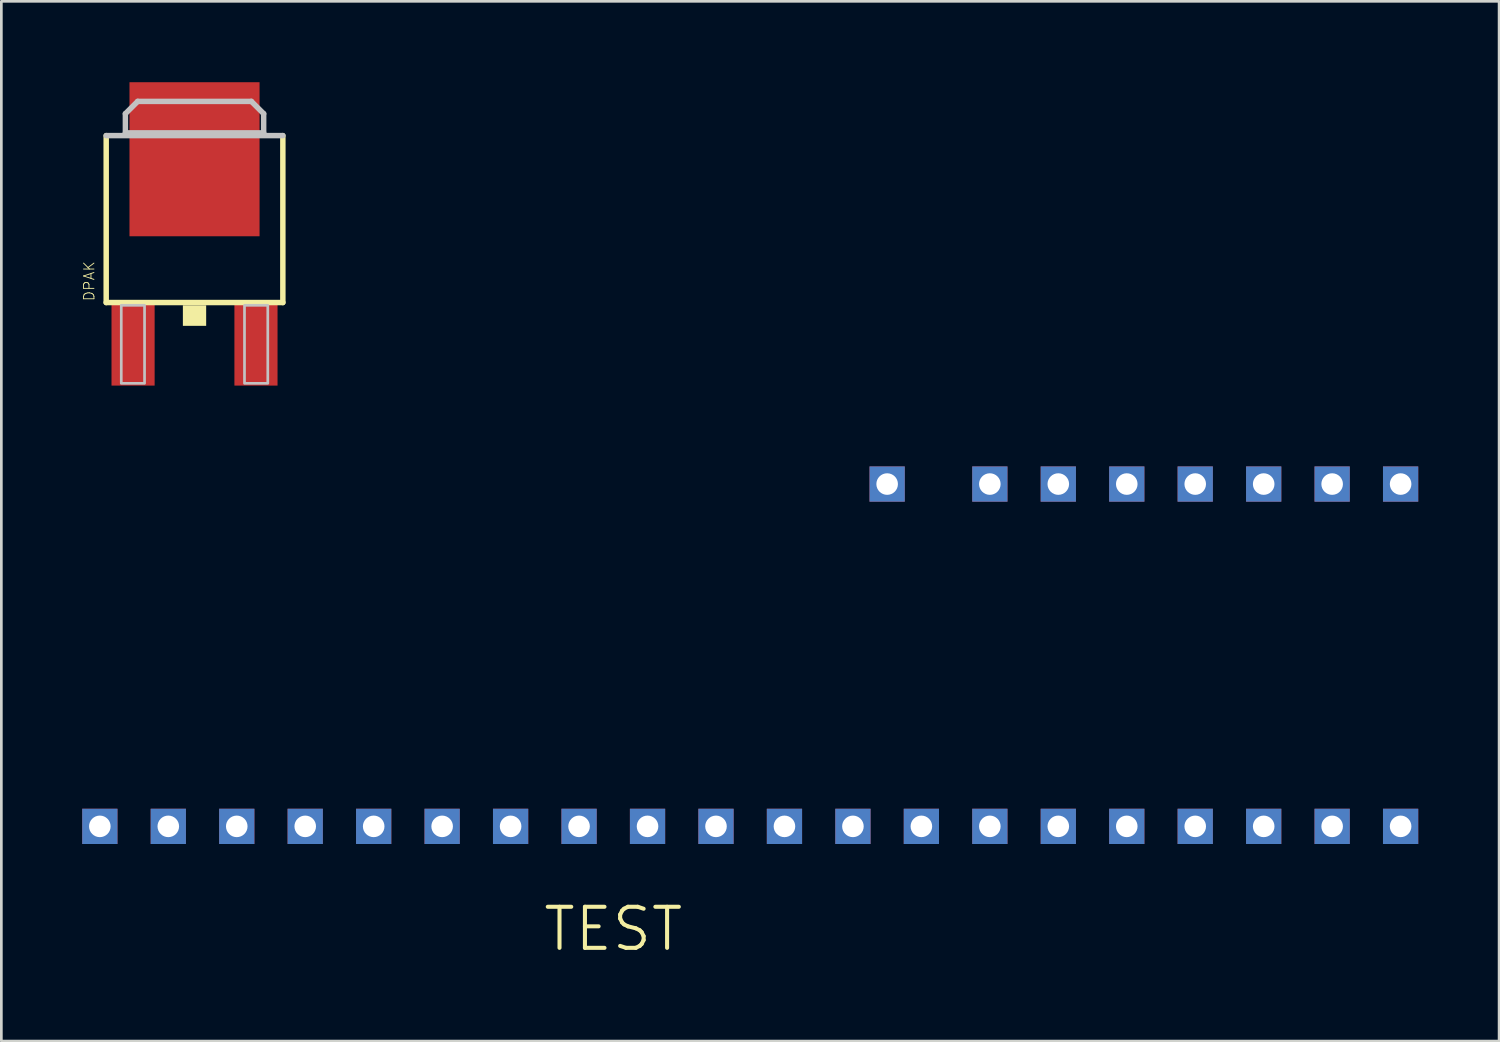
<source format=kicad_pcb>
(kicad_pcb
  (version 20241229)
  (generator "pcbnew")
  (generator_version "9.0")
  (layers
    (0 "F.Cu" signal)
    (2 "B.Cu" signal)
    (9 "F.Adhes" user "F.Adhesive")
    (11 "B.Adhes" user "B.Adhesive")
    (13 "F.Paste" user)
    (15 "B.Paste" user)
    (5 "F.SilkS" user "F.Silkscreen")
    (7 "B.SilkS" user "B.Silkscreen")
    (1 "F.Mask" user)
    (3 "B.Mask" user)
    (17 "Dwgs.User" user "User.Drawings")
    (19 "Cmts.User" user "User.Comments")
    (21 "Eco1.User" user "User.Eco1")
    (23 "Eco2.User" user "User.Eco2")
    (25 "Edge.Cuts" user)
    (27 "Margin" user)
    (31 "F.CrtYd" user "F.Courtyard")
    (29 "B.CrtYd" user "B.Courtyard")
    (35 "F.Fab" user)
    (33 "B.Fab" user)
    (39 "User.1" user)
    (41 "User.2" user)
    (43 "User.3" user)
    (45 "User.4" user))
  (footprint "DPAK"
    (layer "F.Cu")
    (at 4.167 4.446)
    (property "Reference" "DPAK" (at -3.683 3.702 90) (layer "F.SilkS") (effects (font (size 0.386 0.386) (thickness 0.033)) (justify left bottom)))
    (attr through_hole)
    (fp_line (start -3.277 3.729) (end -3.277 -2.465) (stroke (width 0.203) (type solid)) (layer "F.SilkS"))
    (fp_line (start 3.277 -2.465) (end 3.277 3.729) (stroke (width 0.203) (type solid)) (layer "F.SilkS"))
    (fp_line (start 3.277 3.729) (end -3.277 3.729) (stroke (width 0.203) (type solid)) (layer "F.SilkS"))
    (fp_poly (pts (xy -0.432 4.593) (xy 0.432 4.593) (xy 0.432 3.831) (xy -0.432 3.831)) (stroke (width 0) (type solid)) (fill yes) (layer "F.SilkS"))
    (fp_line (start -3.277 -2.465) (end 3.277 -2.465) (stroke (width 0.203) (type solid)) (layer "Dwgs.User"))
    (fp_line (start -2.565 -3.278) (end -2.108 -3.735) (stroke (width 0.203) (type solid)) (layer "Dwgs.User"))
    (fp_line (start -2.565 -2.567) (end -2.565 -3.278) (stroke (width 0.203) (type solid)) (layer "Dwgs.User"))
    (fp_line (start -2.108 -3.735) (end 2.108 -3.735) (stroke (width 0.203) (type solid)) (layer "Dwgs.User"))
    (fp_line (start 2.108 -3.735) (end 2.565 -3.278) (stroke (width 0.203) (type solid)) (layer "Dwgs.User"))
    (fp_line (start 2.565 -3.278) (end 2.565 -2.567) (stroke (width 0.203) (type solid)) (layer "Dwgs.User"))
    (fp_line (start 2.565 -2.567) (end -2.565 -2.567) (stroke (width 0.203) (type solid)) (layer "Dwgs.User"))
    (fp_poly (pts (xy -2.718 6.726) (xy -1.854 6.726) (xy -1.854 3.831) (xy -2.718 3.831)) (stroke (width 0.1) (type solid)) (fill no) (layer "Dwgs.User"))
    (fp_poly (pts (xy 1.854 6.726) (xy 2.718 6.726) (xy 2.718 3.831) (xy 1.854 3.831)) (stroke (width 0.1) (type solid)) (fill no) (layer "Dwgs.User"))
    (fp_poly (pts (xy -2.565 -2.567) (xy -2.565 -3.278) (xy -2.108 -3.735) (xy 2.108 -3.735) (xy 2.565 -3.278) (xy 2.565 -2.567)) (stroke (width 0.1) (type solid)) (fill no) (layer "Dwgs.User"))
    (pad "1" smd rect (at -2.28 5.31) (size 1.6 3) (layers "F.Cu" "F.Mask" "F.Paste"))
    (pad "3" smd rect (at 2.28 5.31) (size 1.6 3) (layers "F.Cu" "F.Mask" "F.Paste"))
    (pad "4" smd rect (at 0 -1.588) (size 4.826 5.715) (layers "F.Cu" "F.Mask" "F.Paste")))
  (footprint "TEST"
    (layer "F.Cu")
    (at 19.704 31.419)
    (property "Reference" "TEST" (at 0 0 0) (layer "F.SilkS") (effects (font (size 1.524 1.524) (thickness 0.15))))
    (attr through_hole)
    (pad "P$1" thru_hole rect (at -19.05 -3.81) (size 1.308 1.308) (drill 0.8) (layers "*.Cu" "*.Mask"))
    (pad "P$2" thru_hole rect (at -16.51 -3.81) (size 1.308 1.308) (drill 0.8) (layers "*.Cu" "*.Mask"))
    (pad "P$3" thru_hole rect (at -13.97 -3.81) (size 1.308 1.308) (drill 0.8) (layers "*.Cu" "*.Mask"))
    (pad "P$4" thru_hole rect (at -11.43 -3.81) (size 1.308 1.308) (drill 0.8) (layers "*.Cu" "*.Mask"))
    (pad "P$5" thru_hole rect (at -8.89 -3.81) (size 1.308 1.308) (drill 0.8) (layers "*.Cu" "*.Mask"))
    (pad "P$6" thru_hole rect (at -6.35 -3.81) (size 1.308 1.308) (drill 0.8) (layers "*.Cu" "*.Mask"))
    (pad "P$7" thru_hole rect (at -3.81 -3.81) (size 1.308 1.308) (drill 0.8) (layers "*.Cu" "*.Mask"))
    (pad "P$8" thru_hole rect (at -1.27 -3.81) (size 1.308 1.308) (drill 0.8) (layers "*.Cu" "*.Mask"))
    (pad "P$9" thru_hole rect (at 1.27 -3.81) (size 1.308 1.308) (drill 0.8) (layers "*.Cu" "*.Mask"))
    (pad "P$10" thru_hole rect (at 3.81 -3.81) (size 1.308 1.308) (drill 0.8) (layers "*.Cu" "*.Mask"))
    (pad "P$11" thru_hole rect (at 6.35 -3.81) (size 1.308 1.308) (drill 0.8) (layers "*.Cu" "*.Mask"))
    (pad "P$12" thru_hole rect (at 8.89 -3.81) (size 1.308 1.308) (drill 0.8) (layers "*.Cu" "*.Mask"))
    (pad "P$13" thru_hole rect (at 11.43 -3.81) (size 1.308 1.308) (drill 0.8) (layers "*.Cu" "*.Mask"))
    (pad "P$14" thru_hole rect (at 13.97 -3.81) (size 1.308 1.308) (drill 0.8) (layers "*.Cu" "*.Mask"))
    (pad "P$15" thru_hole rect (at 16.51 -3.81) (size 1.308 1.308) (drill 0.8) (layers "*.Cu" "*.Mask"))
    (pad "P$16" thru_hole rect (at 19.05 -3.81) (size 1.308 1.308) (drill 0.8) (layers "*.Cu" "*.Mask"))
    (pad "P$17" thru_hole rect (at 21.59 -3.81) (size 1.308 1.308) (drill 0.8) (layers "*.Cu" "*.Mask"))
    (pad "P$18" thru_hole rect (at 24.13 -3.81) (size 1.308 1.308) (drill 0.8) (layers "*.Cu" "*.Mask"))
    (pad "P$19" thru_hole rect (at 26.67 -3.81) (size 1.308 1.308) (drill 0.8) (layers "*.Cu" "*.Mask"))
    (pad "P$20" thru_hole rect (at 29.21 -3.81) (size 1.308 1.308) (drill 0.8) (layers "*.Cu" "*.Mask"))
    (pad "P$21" thru_hole rect (at 29.21 -16.51) (size 1.308 1.308) (drill 0.8) (layers "*.Cu" "*.Mask"))
    (pad "P$22" thru_hole rect (at 26.67 -16.51) (size 1.308 1.308) (drill 0.8) (layers "*.Cu" "*.Mask"))
    (pad "P$23" thru_hole rect (at 24.13 -16.51) (size 1.308 1.308) (drill 0.8) (layers "*.Cu" "*.Mask"))
    (pad "P$24" thru_hole rect (at 21.59 -16.51) (size 1.308 1.308) (drill 0.8) (layers "*.Cu" "*.Mask"))
    (pad "P$25" thru_hole rect (at 19.05 -16.51) (size 1.308 1.308) (drill 0.8) (layers "*.Cu" "*.Mask"))
    (pad "P$26" thru_hole rect (at 16.51 -16.51) (size 1.308 1.308) (drill 0.8) (layers "*.Cu" "*.Mask"))
    (pad "P$27" thru_hole rect (at 13.97 -16.51) (size 1.308 1.308) (drill 0.8) (layers "*.Cu" "*.Mask"))
    (pad "P$28" thru_hole rect (at 10.16 -16.51) (size 1.308 1.308) (drill 0.8) (layers "*.Cu" "*.Mask")))
  (gr_rect
    (start -3 -3)
    (end 52.568 35.574)
    (stroke (width 0.1) (type default))
    (fill no)
    (layer "Edge.Cuts")))
</source>
